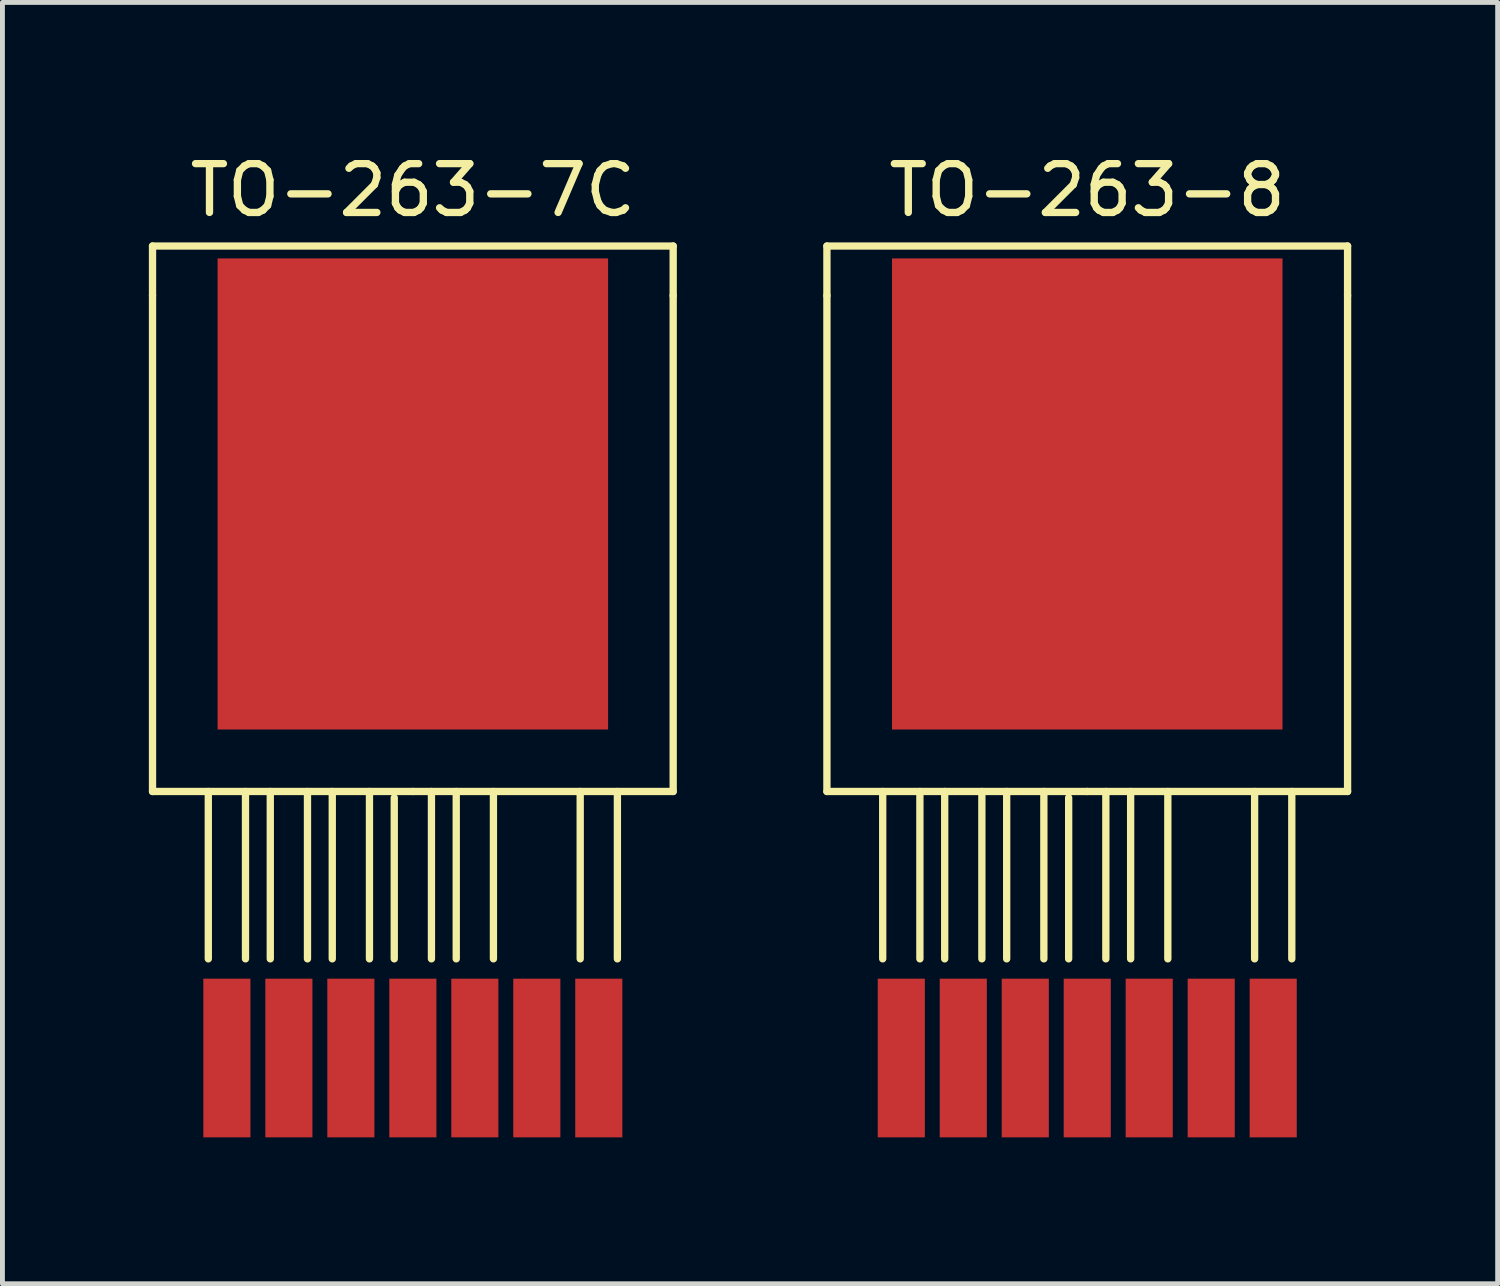
<source format=kicad_pcb>
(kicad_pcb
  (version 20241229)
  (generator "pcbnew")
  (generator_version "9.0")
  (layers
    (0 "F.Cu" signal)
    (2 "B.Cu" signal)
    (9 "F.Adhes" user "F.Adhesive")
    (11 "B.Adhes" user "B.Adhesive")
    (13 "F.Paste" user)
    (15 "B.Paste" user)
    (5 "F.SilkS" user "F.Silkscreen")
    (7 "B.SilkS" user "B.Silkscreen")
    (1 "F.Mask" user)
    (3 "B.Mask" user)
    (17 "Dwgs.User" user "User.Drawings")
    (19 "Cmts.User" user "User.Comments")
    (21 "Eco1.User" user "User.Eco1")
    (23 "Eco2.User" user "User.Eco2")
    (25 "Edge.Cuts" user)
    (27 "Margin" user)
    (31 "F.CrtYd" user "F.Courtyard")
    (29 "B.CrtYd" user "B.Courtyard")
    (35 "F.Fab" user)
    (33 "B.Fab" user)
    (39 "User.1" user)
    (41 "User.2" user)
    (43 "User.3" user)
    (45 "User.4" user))
  (footprint "TO-263-7C"
    (layer "F.Cu")
    (at 5.409 18.628)
    (property "Reference" "TO-263-7C" (at 0 -17.78 0) (layer "F.SilkS") (effects (font (size 1 1) (thickness 0.15))))
    (attr through_hole)
    (fp_line (start -5.334 -16.637) (end -5.334 -15.621) (stroke (width 0.15) (type solid)) (layer "F.SilkS"))
    (fp_line (start -5.334 -16.637) (end 5.334 -16.637) (stroke (width 0.15) (type solid)) (layer "F.SilkS"))
    (fp_line (start -5.334 -5.461) (end -5.334 -15.621) (stroke (width 0.15) (type solid)) (layer "F.SilkS"))
    (fp_line (start -4.191 -2.032) (end -4.191 -5.461) (stroke (width 0.15) (type solid)) (layer "F.SilkS"))
    (fp_line (start -3.429 -2.032) (end -3.429 -5.461) (stroke (width 0.15) (type solid)) (layer "F.SilkS"))
    (fp_line (start -2.921 -2.032) (end -2.921 -5.461) (stroke (width 0.15) (type solid)) (layer "F.SilkS"))
    (fp_line (start -2.159 -2.032) (end -2.159 -5.461) (stroke (width 0.15) (type solid)) (layer "F.SilkS"))
    (fp_line (start -1.651 -2.032) (end -1.651 -5.461) (stroke (width 0.15) (type solid)) (layer "F.SilkS"))
    (fp_line (start -0.889 -2.032) (end -0.889 -5.461) (stroke (width 0.15) (type solid)) (layer "F.SilkS"))
    (fp_line (start -0.381 -2.032) (end -0.381 -5.334) (stroke (width 0.15) (type solid)) (layer "F.SilkS"))
    (fp_line (start 0 -5.461) (end -5.334 -5.461) (stroke (width 0.15) (type solid)) (layer "F.SilkS"))
    (fp_line (start 0 -5.461) (end 5.334 -5.461) (stroke (width 0.15) (type solid)) (layer "F.SilkS"))
    (fp_line (start 0.381 -2.032) (end 0.381 -5.461) (stroke (width 0.15) (type solid)) (layer "F.SilkS"))
    (fp_line (start 0.889 -2.032) (end 0.889 -5.461) (stroke (width 0.15) (type solid)) (layer "F.SilkS"))
    (fp_line (start 1.651 -2.032) (end 1.651 -5.461) (stroke (width 0.15) (type solid)) (layer "F.SilkS"))
    (fp_line (start 3.429 -2.032) (end 3.429 -5.461) (stroke (width 0.15) (type solid)) (layer "F.SilkS"))
    (fp_line (start 4.191 -2.032) (end 4.191 -5.461) (stroke (width 0.15) (type solid)) (layer "F.SilkS"))
    (fp_line (start 5.334 -16.637) (end 5.334 -15.621) (stroke (width 0.15) (type solid)) (layer "F.SilkS"))
    (fp_line (start 5.334 -5.461) (end 5.334 -15.621) (stroke (width 0.15) (type solid)) (layer "F.SilkS"))
    (pad "1" smd rect (at -3.81 0) (size 0.965 3.251) (layers "F.Cu" "F.Mask" "F.Paste"))
    (pad "2" smd rect (at -2.54 0) (size 0.965 3.251) (layers "F.Cu" "F.Mask" "F.Paste"))
    (pad "3" smd rect (at -1.27 0) (size 0.965 3.251) (layers "F.Cu" "F.Mask" "F.Paste"))
    (pad "4" smd rect (at 0 0) (size 0.965 3.251) (layers "F.Cu" "F.Mask" "F.Paste"))
    (pad "5" smd rect (at 1.27 0) (size 0.965 3.251) (layers "F.Cu" "F.Mask" "F.Paste"))
    (pad "6" smd rect (at 2.54 0) (size 0.965 3.251) (layers "F.Cu" "F.Mask" "F.Paste"))
    (pad "7" smd rect (at 3.81 0) (size 0.965 3.251) (layers "F.Cu" "F.Mask" "F.Paste"))
    (pad "8" smd rect (at 0 -11.557) (size 8.001 9.652) (layers "F.Cu" "F.Mask" "F.Paste")))
  (footprint "TO-263-8"
    (layer "F.Cu")
    (at 19.227 18.628)
    (property "Reference" "TO-263-8" (at 0 -17.78 0) (layer "F.SilkS") (effects (font (size 1 1) (thickness 0.15))))
    (attr through_hole)
    (fp_line (start -5.334 -16.637) (end -5.334 -15.621) (stroke (width 0.15) (type solid)) (layer "F.SilkS"))
    (fp_line (start -5.334 -16.637) (end 5.334 -16.637) (stroke (width 0.15) (type solid)) (layer "F.SilkS"))
    (fp_line (start -5.334 -5.461) (end -5.334 -15.621) (stroke (width 0.15) (type solid)) (layer "F.SilkS"))
    (fp_line (start -4.191 -2.032) (end -4.191 -5.461) (stroke (width 0.15) (type solid)) (layer "F.SilkS"))
    (fp_line (start -3.429 -2.032) (end -3.429 -5.461) (stroke (width 0.15) (type solid)) (layer "F.SilkS"))
    (fp_line (start -2.921 -2.032) (end -2.921 -5.461) (stroke (width 0.15) (type solid)) (layer "F.SilkS"))
    (fp_line (start -2.159 -2.032) (end -2.159 -5.461) (stroke (width 0.15) (type solid)) (layer "F.SilkS"))
    (fp_line (start -1.651 -2.032) (end -1.651 -5.461) (stroke (width 0.15) (type solid)) (layer "F.SilkS"))
    (fp_line (start -0.889 -2.032) (end -0.889 -5.461) (stroke (width 0.15) (type solid)) (layer "F.SilkS"))
    (fp_line (start -0.381 -2.032) (end -0.381 -5.334) (stroke (width 0.15) (type solid)) (layer "F.SilkS"))
    (fp_line (start 0 -5.461) (end -5.334 -5.461) (stroke (width 0.15) (type solid)) (layer "F.SilkS"))
    (fp_line (start 0 -5.461) (end 5.334 -5.461) (stroke (width 0.15) (type solid)) (layer "F.SilkS"))
    (fp_line (start 0.381 -2.032) (end 0.381 -5.461) (stroke (width 0.15) (type solid)) (layer "F.SilkS"))
    (fp_line (start 0.889 -2.032) (end 0.889 -5.461) (stroke (width 0.15) (type solid)) (layer "F.SilkS"))
    (fp_line (start 1.651 -2.032) (end 1.651 -5.461) (stroke (width 0.15) (type solid)) (layer "F.SilkS"))
    (fp_line (start 3.429 -2.032) (end 3.429 -5.461) (stroke (width 0.15) (type solid)) (layer "F.SilkS"))
    (fp_line (start 4.191 -2.032) (end 4.191 -5.461) (stroke (width 0.15) (type solid)) (layer "F.SilkS"))
    (fp_line (start 5.334 -16.637) (end 5.334 -15.621) (stroke (width 0.15) (type solid)) (layer "F.SilkS"))
    (fp_line (start 5.334 -5.461) (end 5.334 -15.621) (stroke (width 0.15) (type solid)) (layer "F.SilkS"))
    (pad "1" smd rect (at -3.81 0) (size 0.965 3.251) (layers "F.Cu" "F.Mask" "F.Paste"))
    (pad "2" smd rect (at -2.54 0) (size 0.965 3.251) (layers "F.Cu" "F.Mask" "F.Paste"))
    (pad "3" smd rect (at -1.27 0) (size 0.965 3.251) (layers "F.Cu" "F.Mask" "F.Paste"))
    (pad "4" smd rect (at 0 0) (size 0.965 3.251) (layers "F.Cu" "F.Mask" "F.Paste"))
    (pad "5" smd rect (at 1.27 0) (size 0.965 3.251) (layers "F.Cu" "F.Mask" "F.Paste"))
    (pad "6" smd rect (at 2.54 0) (size 0.965 3.251) (layers "F.Cu" "F.Mask" "F.Paste"))
    (pad "7" smd rect (at 3.81 0) (size 0.965 3.251) (layers "F.Cu" "F.Mask" "F.Paste"))
    (pad "8" smd rect (at 0 -11.557) (size 8.001 9.652) (layers "F.Cu" "F.Mask" "F.Paste")))
  (gr_rect
    (start -3 -3)
    (end 27.636 23.254)
    (stroke (width 0.1) (type default))
    (fill no)
    (layer "Edge.Cuts")))
</source>
